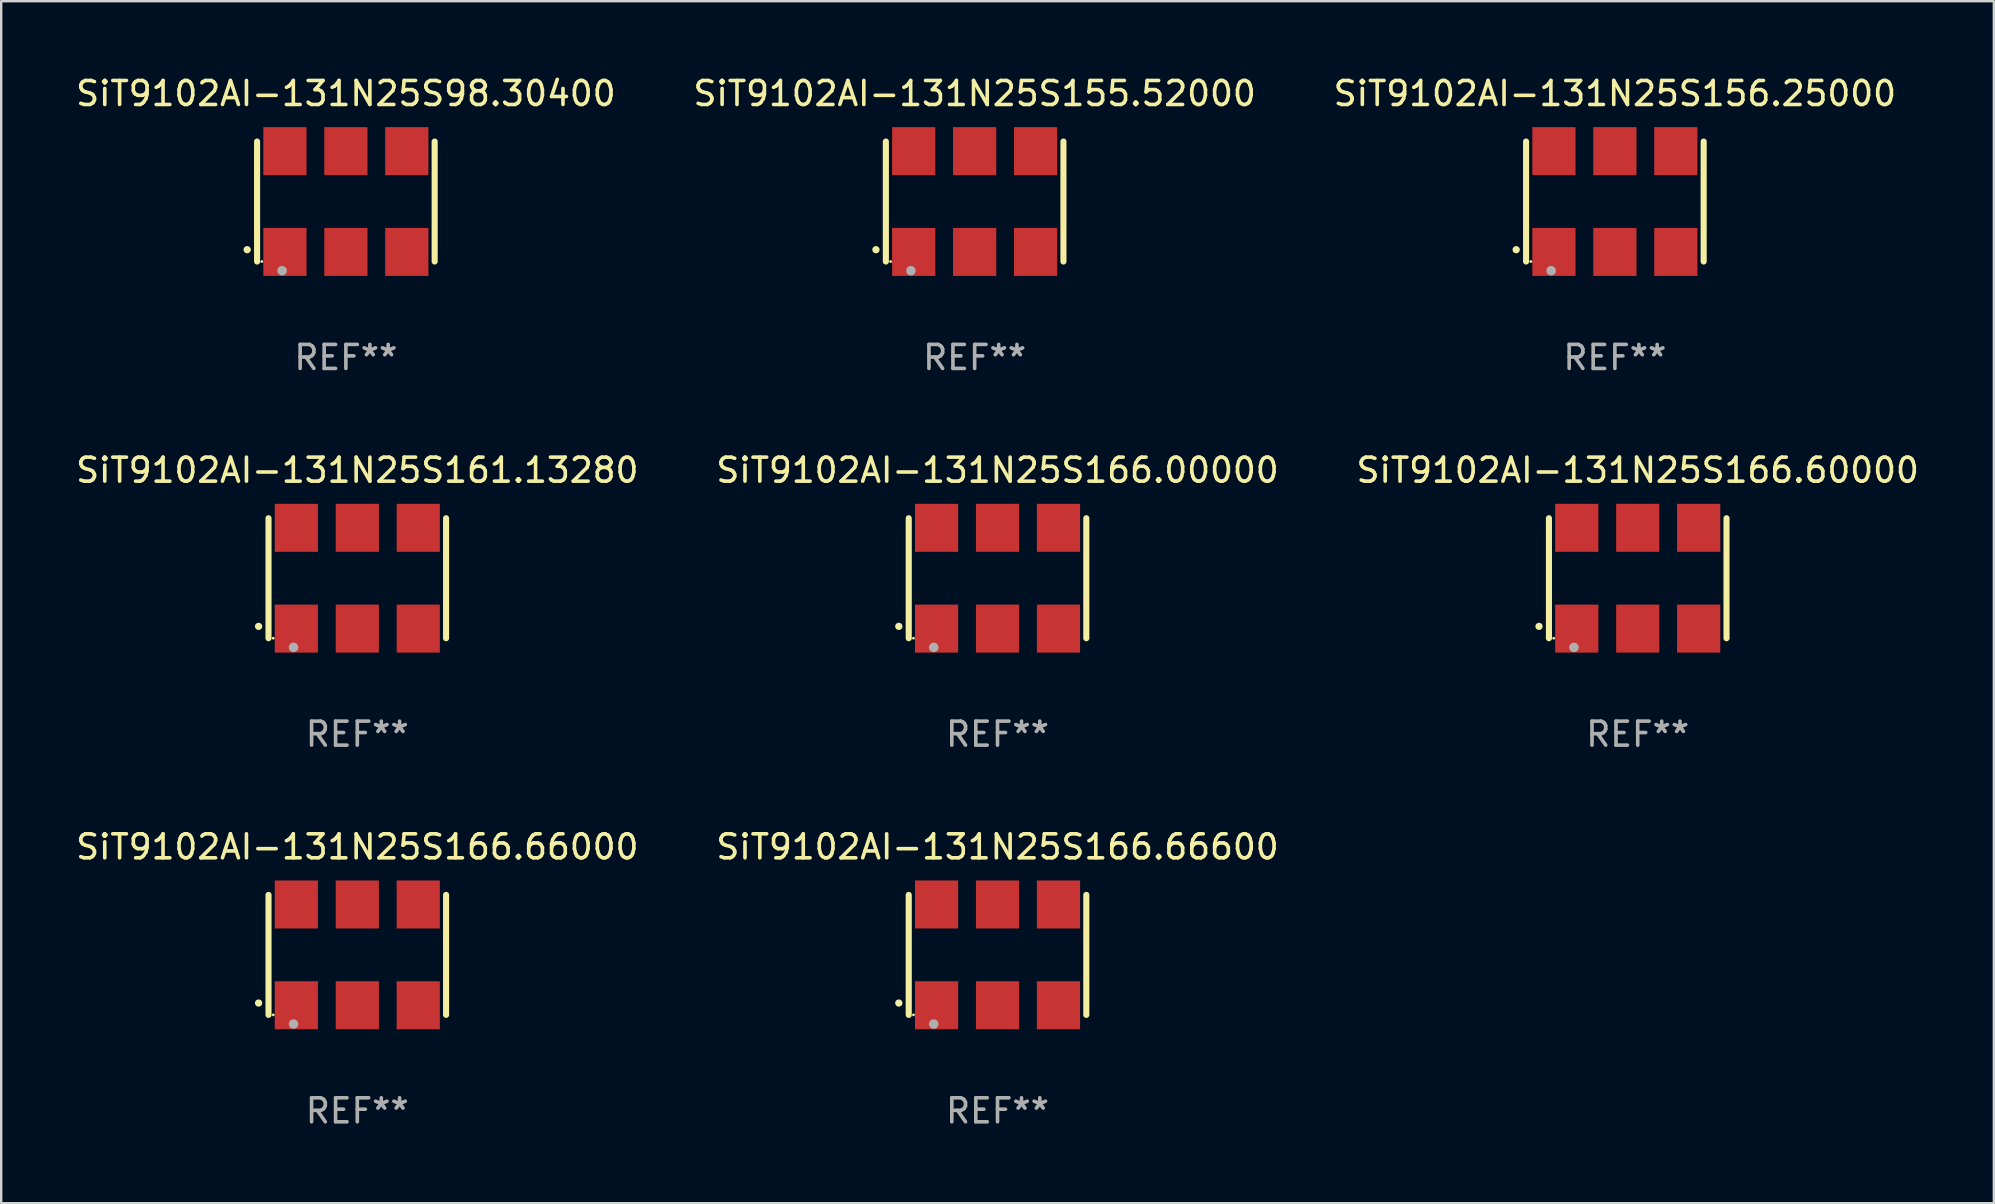
<source format=kicad_pcb>
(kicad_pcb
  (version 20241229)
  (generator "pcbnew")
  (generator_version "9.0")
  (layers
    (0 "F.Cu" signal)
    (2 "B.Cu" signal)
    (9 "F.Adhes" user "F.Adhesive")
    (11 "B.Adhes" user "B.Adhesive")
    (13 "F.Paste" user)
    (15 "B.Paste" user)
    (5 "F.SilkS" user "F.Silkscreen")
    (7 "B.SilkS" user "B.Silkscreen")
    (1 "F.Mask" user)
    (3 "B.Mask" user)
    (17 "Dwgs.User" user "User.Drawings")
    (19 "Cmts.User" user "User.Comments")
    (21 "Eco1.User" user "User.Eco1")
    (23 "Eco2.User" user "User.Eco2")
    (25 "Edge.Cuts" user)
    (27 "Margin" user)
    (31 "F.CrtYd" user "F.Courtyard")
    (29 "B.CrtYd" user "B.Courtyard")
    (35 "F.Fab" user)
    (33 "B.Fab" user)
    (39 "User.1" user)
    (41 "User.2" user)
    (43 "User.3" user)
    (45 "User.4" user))
  (footprint "SiT9102AI-131N25S161.13280"
    (layer "F.Cu")
    (at 11.839 21.045)
    (property "Reference" "SiT9102AI-131N25S161.13280" (at 0 -4.5 0) (layer "F.SilkS") (effects (font (size 1 1) (thickness 0.15))))
    (attr through_hole)
    (fp_line (start -3.7 -2.5) (end -3.7 2.5) (stroke (width 0.254) (type solid)) (layer "F.SilkS"))
    (fp_line (start 3.7 -2.5) (end 3.7 2.5) (stroke (width 0.254) (type solid)) (layer "F.SilkS"))
    (fp_arc (start -4.114415 2.006604) (mid -4.113145 2.006599) (end -4.111875 2.006604) (stroke (width 0.3) (type solid)) (layer "F.SilkS"))
    (fp_circle (center -3.502 2.5) (end -3.472 2.5) (stroke (width 0.06) (type solid)) (fill no) (layer "F.SilkS"))
    (fp_circle (center -2.657 2.882) (end -2.557 2.882) (stroke (width 0.2) (type solid)) (fill no) (layer "F.Fab"))
    (fp_text user "REF**" (at 0 6.5 0) (layer "F.Fab") (effects (font (size 1 1) (thickness 0.15))))
    (pad "1" smd rect (at -2.54 2.1) (size 1.8 2) (layers "F.Cu" "F.Mask" "F.Paste"))
    (pad "2" smd rect (at 0.000394 2.1) (size 1.8 2) (layers "F.Cu" "F.Mask" "F.Paste"))
    (pad "3" smd rect (at 2.54 2.1) (size 1.8 2) (layers "F.Cu" "F.Mask" "F.Paste"))
    (pad "4" smd rect (at 2.54 -2.1) (size 1.8 2) (layers "F.Cu" "F.Mask" "F.Paste"))
    (pad "5" smd rect (at 0.000394 -2.1) (size 1.8 2) (layers "F.Cu" "F.Mask" "F.Paste"))
    (pad "6" smd rect (at -2.54 -2.1) (size 1.8 2) (layers "F.Cu" "F.Mask" "F.Paste")))
  (footprint "SiT9102AI-131N25S98.30400"
    (layer "F.Cu")
    (at 11.363 5.348)
    (property "Reference" "SiT9102AI-131N25S98.30400" (at 0 -4.5 0) (layer "F.SilkS") (effects (font (size 1 1) (thickness 0.15))))
    (attr through_hole)
    (fp_line (start -3.7 -2.5) (end -3.7 2.5) (stroke (width 0.254) (type solid)) (layer "F.SilkS"))
    (fp_line (start 3.7 -2.5) (end 3.7 2.5) (stroke (width 0.254) (type solid)) (layer "F.SilkS"))
    (fp_arc (start -4.114415 2.006604) (mid -4.113145 2.006599) (end -4.111875 2.006604) (stroke (width 0.3) (type solid)) (layer "F.SilkS"))
    (fp_circle (center -3.502 2.5) (end -3.472 2.5) (stroke (width 0.06) (type solid)) (fill no) (layer "F.SilkS"))
    (fp_circle (center -2.657 2.882) (end -2.557 2.882) (stroke (width 0.2) (type solid)) (fill no) (layer "F.Fab"))
    (fp_text user "REF**" (at 0 6.5 0) (layer "F.Fab") (effects (font (size 1 1) (thickness 0.15))))
    (pad "1" smd rect (at -2.54 2.1) (size 1.8 2) (layers "F.Cu" "F.Mask" "F.Paste"))
    (pad "2" smd rect (at 0.000394 2.1) (size 1.8 2) (layers "F.Cu" "F.Mask" "F.Paste"))
    (pad "3" smd rect (at 2.54 2.1) (size 1.8 2) (layers "F.Cu" "F.Mask" "F.Paste"))
    (pad "4" smd rect (at 2.54 -2.1) (size 1.8 2) (layers "F.Cu" "F.Mask" "F.Paste"))
    (pad "5" smd rect (at 0.000394 -2.1) (size 1.8 2) (layers "F.Cu" "F.Mask" "F.Paste"))
    (pad "6" smd rect (at -2.54 -2.1) (size 1.8 2) (layers "F.Cu" "F.Mask" "F.Paste")))
  (footprint "SiT9102AI-131N25S156.25000"
    (layer "F.Cu")
    (at 64.244 5.348)
    (property "Reference" "SiT9102AI-131N25S156.25000" (at 0 -4.5 0) (layer "F.SilkS") (effects (font (size 1 1) (thickness 0.15))))
    (attr through_hole)
    (fp_line (start -3.7 -2.5) (end -3.7 2.5) (stroke (width 0.254) (type solid)) (layer "F.SilkS"))
    (fp_line (start 3.7 -2.5) (end 3.7 2.5) (stroke (width 0.254) (type solid)) (layer "F.SilkS"))
    (fp_arc (start -4.114415 2.006604) (mid -4.113145 2.006599) (end -4.111875 2.006604) (stroke (width 0.3) (type solid)) (layer "F.SilkS"))
    (fp_circle (center -3.502 2.5) (end -3.472 2.5) (stroke (width 0.06) (type solid)) (fill no) (layer "F.SilkS"))
    (fp_circle (center -2.657 2.882) (end -2.557 2.882) (stroke (width 0.2) (type solid)) (fill no) (layer "F.Fab"))
    (fp_text user "REF**" (at 0 6.5 0) (layer "F.Fab") (effects (font (size 1 1) (thickness 0.15))))
    (pad "1" smd rect (at -2.54 2.1) (size 1.8 2) (layers "F.Cu" "F.Mask" "F.Paste"))
    (pad "2" smd rect (at 0.000394 2.1) (size 1.8 2) (layers "F.Cu" "F.Mask" "F.Paste"))
    (pad "3" smd rect (at 2.54 2.1) (size 1.8 2) (layers "F.Cu" "F.Mask" "F.Paste"))
    (pad "4" smd rect (at 2.54 -2.1) (size 1.8 2) (layers "F.Cu" "F.Mask" "F.Paste"))
    (pad "5" smd rect (at 0.000394 -2.1) (size 1.8 2) (layers "F.Cu" "F.Mask" "F.Paste"))
    (pad "6" smd rect (at -2.54 -2.1) (size 1.8 2) (layers "F.Cu" "F.Mask" "F.Paste")))
  (footprint "SiT9102AI-131N25S166.00000"
    (layer "F.Cu")
    (at 38.518 21.045)
    (property "Reference" "SiT9102AI-131N25S166.00000" (at 0 -4.5 0) (layer "F.SilkS") (effects (font (size 1 1) (thickness 0.15))))
    (attr through_hole)
    (fp_line (start -3.7 -2.5) (end -3.7 2.5) (stroke (width 0.254) (type solid)) (layer "F.SilkS"))
    (fp_line (start 3.7 -2.5) (end 3.7 2.5) (stroke (width 0.254) (type solid)) (layer "F.SilkS"))
    (fp_arc (start -4.114415 2.006604) (mid -4.113145 2.006599) (end -4.111875 2.006604) (stroke (width 0.3) (type solid)) (layer "F.SilkS"))
    (fp_circle (center -3.502 2.5) (end -3.472 2.5) (stroke (width 0.06) (type solid)) (fill no) (layer "F.SilkS"))
    (fp_circle (center -2.657 2.882) (end -2.557 2.882) (stroke (width 0.2) (type solid)) (fill no) (layer "F.Fab"))
    (fp_text user "REF**" (at 0 6.5 0) (layer "F.Fab") (effects (font (size 1 1) (thickness 0.15))))
    (pad "1" smd rect (at -2.54 2.1) (size 1.8 2) (layers "F.Cu" "F.Mask" "F.Paste"))
    (pad "2" smd rect (at 0.000394 2.1) (size 1.8 2) (layers "F.Cu" "F.Mask" "F.Paste"))
    (pad "3" smd rect (at 2.54 2.1) (size 1.8 2) (layers "F.Cu" "F.Mask" "F.Paste"))
    (pad "4" smd rect (at 2.54 -2.1) (size 1.8 2) (layers "F.Cu" "F.Mask" "F.Paste"))
    (pad "5" smd rect (at 0.000394 -2.1) (size 1.8 2) (layers "F.Cu" "F.Mask" "F.Paste"))
    (pad "6" smd rect (at -2.54 -2.1) (size 1.8 2) (layers "F.Cu" "F.Mask" "F.Paste")))
  (footprint "SiT9102AI-131N25S166.66600"
    (layer "F.Cu")
    (at 38.518 36.741)
    (property "Reference" "SiT9102AI-131N25S166.66600" (at 0 -4.5 0) (layer "F.SilkS") (effects (font (size 1 1) (thickness 0.15))))
    (attr through_hole)
    (fp_line (start -3.7 -2.5) (end -3.7 2.5) (stroke (width 0.254) (type solid)) (layer "F.SilkS"))
    (fp_line (start 3.7 -2.5) (end 3.7 2.5) (stroke (width 0.254) (type solid)) (layer "F.SilkS"))
    (fp_arc (start -4.114415 2.006604) (mid -4.113145 2.006599) (end -4.111875 2.006604) (stroke (width 0.3) (type solid)) (layer "F.SilkS"))
    (fp_circle (center -3.502 2.5) (end -3.472 2.5) (stroke (width 0.06) (type solid)) (fill no) (layer "F.SilkS"))
    (fp_circle (center -2.657 2.882) (end -2.557 2.882) (stroke (width 0.2) (type solid)) (fill no) (layer "F.Fab"))
    (fp_text user "REF**" (at 0 6.5 0) (layer "F.Fab") (effects (font (size 1 1) (thickness 0.15))))
    (pad "1" smd rect (at -2.54 2.1) (size 1.8 2) (layers "F.Cu" "F.Mask" "F.Paste"))
    (pad "2" smd rect (at 0.000394 2.1) (size 1.8 2) (layers "F.Cu" "F.Mask" "F.Paste"))
    (pad "3" smd rect (at 2.54 2.1) (size 1.8 2) (layers "F.Cu" "F.Mask" "F.Paste"))
    (pad "4" smd rect (at 2.54 -2.1) (size 1.8 2) (layers "F.Cu" "F.Mask" "F.Paste"))
    (pad "5" smd rect (at 0.000394 -2.1) (size 1.8 2) (layers "F.Cu" "F.Mask" "F.Paste"))
    (pad "6" smd rect (at -2.54 -2.1) (size 1.8 2) (layers "F.Cu" "F.Mask" "F.Paste")))
  (footprint "SiT9102AI-131N25S155.52000"
    (layer "F.Cu")
    (at 37.565 5.348)
    (property "Reference" "SiT9102AI-131N25S155.52000" (at 0 -4.5 0) (layer "F.SilkS") (effects (font (size 1 1) (thickness 0.15))))
    (attr through_hole)
    (fp_line (start -3.7 -2.5) (end -3.7 2.5) (stroke (width 0.254) (type solid)) (layer "F.SilkS"))
    (fp_line (start 3.7 -2.5) (end 3.7 2.5) (stroke (width 0.254) (type solid)) (layer "F.SilkS"))
    (fp_arc (start -4.114415 2.006604) (mid -4.113145 2.006599) (end -4.111875 2.006604) (stroke (width 0.3) (type solid)) (layer "F.SilkS"))
    (fp_circle (center -3.502 2.5) (end -3.472 2.5) (stroke (width 0.06) (type solid)) (fill no) (layer "F.SilkS"))
    (fp_circle (center -2.657 2.882) (end -2.557 2.882) (stroke (width 0.2) (type solid)) (fill no) (layer "F.Fab"))
    (fp_text user "REF**" (at 0 6.5 0) (layer "F.Fab") (effects (font (size 1 1) (thickness 0.15))))
    (pad "1" smd rect (at -2.54 2.1) (size 1.8 2) (layers "F.Cu" "F.Mask" "F.Paste"))
    (pad "2" smd rect (at 0.000394 2.1) (size 1.8 2) (layers "F.Cu" "F.Mask" "F.Paste"))
    (pad "3" smd rect (at 2.54 2.1) (size 1.8 2) (layers "F.Cu" "F.Mask" "F.Paste"))
    (pad "4" smd rect (at 2.54 -2.1) (size 1.8 2) (layers "F.Cu" "F.Mask" "F.Paste"))
    (pad "5" smd rect (at 0.000394 -2.1) (size 1.8 2) (layers "F.Cu" "F.Mask" "F.Paste"))
    (pad "6" smd rect (at -2.54 -2.1) (size 1.8 2) (layers "F.Cu" "F.Mask" "F.Paste")))
  (footprint "SiT9102AI-131N25S166.66000"
    (layer "F.Cu")
    (at 11.839 36.741)
    (property "Reference" "SiT9102AI-131N25S166.66000" (at 0 -4.5 0) (layer "F.SilkS") (effects (font (size 1 1) (thickness 0.15))))
    (attr through_hole)
    (fp_line (start -3.7 -2.5) (end -3.7 2.5) (stroke (width 0.254) (type solid)) (layer "F.SilkS"))
    (fp_line (start 3.7 -2.5) (end 3.7 2.5) (stroke (width 0.254) (type solid)) (layer "F.SilkS"))
    (fp_arc (start -4.114415 2.006604) (mid -4.113145 2.006599) (end -4.111875 2.006604) (stroke (width 0.3) (type solid)) (layer "F.SilkS"))
    (fp_circle (center -3.502 2.5) (end -3.472 2.5) (stroke (width 0.06) (type solid)) (fill no) (layer "F.SilkS"))
    (fp_circle (center -2.657 2.882) (end -2.557 2.882) (stroke (width 0.2) (type solid)) (fill no) (layer "F.Fab"))
    (fp_text user "REF**" (at 0 6.5 0) (layer "F.Fab") (effects (font (size 1 1) (thickness 0.15))))
    (pad "1" smd rect (at -2.54 2.1) (size 1.8 2) (layers "F.Cu" "F.Mask" "F.Paste"))
    (pad "2" smd rect (at 0.000394 2.1) (size 1.8 2) (layers "F.Cu" "F.Mask" "F.Paste"))
    (pad "3" smd rect (at 2.54 2.1) (size 1.8 2) (layers "F.Cu" "F.Mask" "F.Paste"))
    (pad "4" smd rect (at 2.54 -2.1) (size 1.8 2) (layers "F.Cu" "F.Mask" "F.Paste"))
    (pad "5" smd rect (at 0.000394 -2.1) (size 1.8 2) (layers "F.Cu" "F.Mask" "F.Paste"))
    (pad "6" smd rect (at -2.54 -2.1) (size 1.8 2) (layers "F.Cu" "F.Mask" "F.Paste")))
  (footprint "SiT9102AI-131N25S166.60000"
    (layer "F.Cu")
    (at 65.196 21.045)
    (property "Reference" "SiT9102AI-131N25S166.60000" (at 0 -4.5 0) (layer "F.SilkS") (effects (font (size 1 1) (thickness 0.15))))
    (attr through_hole)
    (fp_line (start -3.7 -2.5) (end -3.7 2.5) (stroke (width 0.254) (type solid)) (layer "F.SilkS"))
    (fp_line (start 3.7 -2.5) (end 3.7 2.5) (stroke (width 0.254) (type solid)) (layer "F.SilkS"))
    (fp_arc (start -4.114415 2.006604) (mid -4.113145 2.006599) (end -4.111875 2.006604) (stroke (width 0.3) (type solid)) (layer "F.SilkS"))
    (fp_circle (center -3.502 2.5) (end -3.472 2.5) (stroke (width 0.06) (type solid)) (fill no) (layer "F.SilkS"))
    (fp_circle (center -2.657 2.882) (end -2.557 2.882) (stroke (width 0.2) (type solid)) (fill no) (layer "F.Fab"))
    (fp_text user "REF**" (at 0 6.5 0) (layer "F.Fab") (effects (font (size 1 1) (thickness 0.15))))
    (pad "1" smd rect (at -2.54 2.1) (size 1.8 2) (layers "F.Cu" "F.Mask" "F.Paste"))
    (pad "2" smd rect (at 0.000394 2.1) (size 1.8 2) (layers "F.Cu" "F.Mask" "F.Paste"))
    (pad "3" smd rect (at 2.54 2.1) (size 1.8 2) (layers "F.Cu" "F.Mask" "F.Paste"))
    (pad "4" smd rect (at 2.54 -2.1) (size 1.8 2) (layers "F.Cu" "F.Mask" "F.Paste"))
    (pad "5" smd rect (at 0.000394 -2.1) (size 1.8 2) (layers "F.Cu" "F.Mask" "F.Paste"))
    (pad "6" smd rect (at -2.54 -2.1) (size 1.8 2) (layers "F.Cu" "F.Mask" "F.Paste")))
  (gr_rect
    (start -3 -3)
    (end 80.036 47.09)
    (stroke (width 0.1) (type default))
    (fill no)
    (layer "Edge.Cuts")))
</source>
